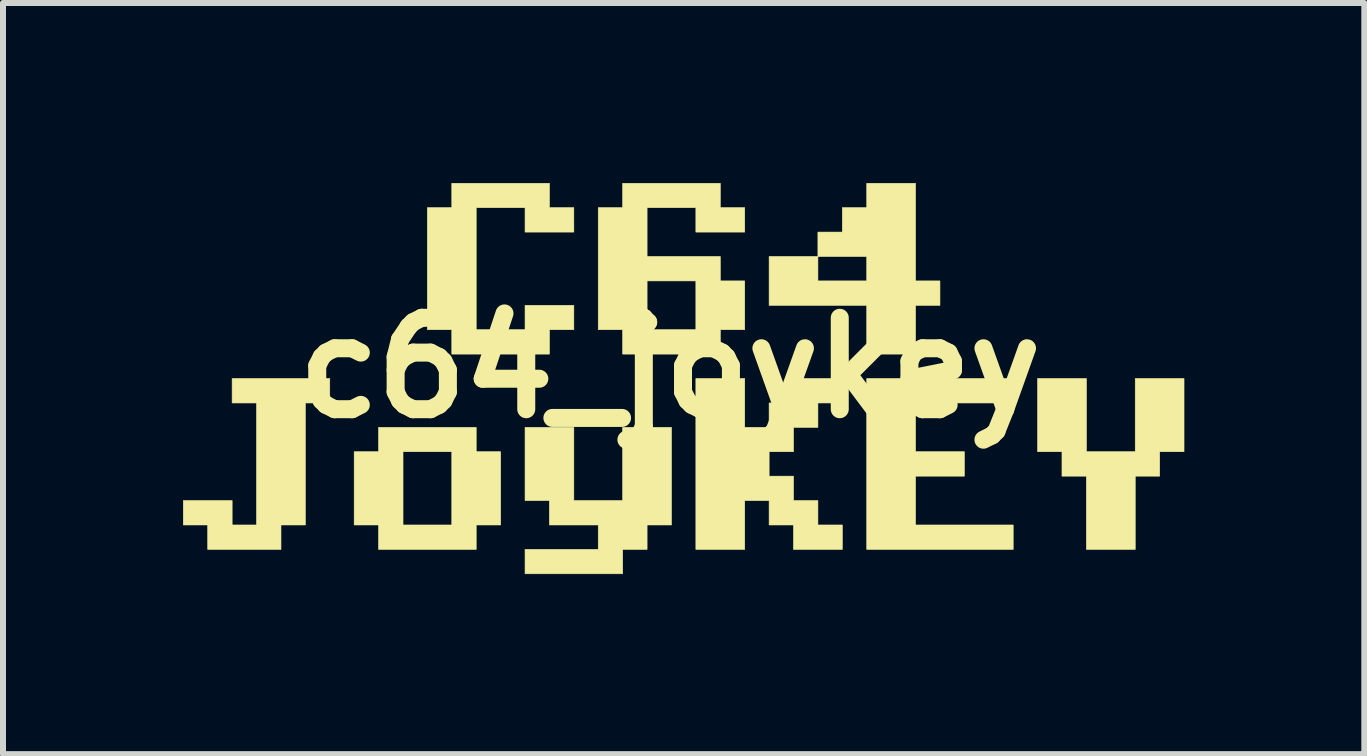
<source format=kicad_pcb>
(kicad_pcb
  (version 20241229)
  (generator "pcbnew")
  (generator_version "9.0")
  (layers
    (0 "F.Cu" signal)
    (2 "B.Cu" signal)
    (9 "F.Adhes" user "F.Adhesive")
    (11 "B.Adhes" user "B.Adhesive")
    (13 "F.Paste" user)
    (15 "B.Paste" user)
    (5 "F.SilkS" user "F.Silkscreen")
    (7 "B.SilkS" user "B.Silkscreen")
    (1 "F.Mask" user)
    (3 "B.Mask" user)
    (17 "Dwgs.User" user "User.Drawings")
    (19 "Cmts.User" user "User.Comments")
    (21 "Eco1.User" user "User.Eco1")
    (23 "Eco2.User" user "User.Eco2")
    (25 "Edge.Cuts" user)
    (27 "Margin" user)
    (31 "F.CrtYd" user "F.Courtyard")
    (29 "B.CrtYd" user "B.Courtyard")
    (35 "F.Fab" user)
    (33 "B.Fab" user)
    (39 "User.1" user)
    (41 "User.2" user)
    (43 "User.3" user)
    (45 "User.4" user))
  (footprint "c64_joykey"
    (layer "F.Cu")
    (at 8.116 3.081)
    (property "Reference" "c64_joykey" (at 0 0 0) (layer "F.SilkS") (effects (font (size 1.524 1.524) (thickness 0.3))))
    (attr through_hole)
    (fp_poly (pts (xy 5.721 0.585) (xy 4.093 0.585) (xy 4.093 1.398) (xy 4.907 1.398) (xy 4.907 1.805) (xy 4.093 1.805) (xy 4.093 2.619) (xy 5.721 2.619) (xy 5.721 3.026) (xy 3.28 3.026) (xy 3.28 0.178) (xy 5.721 0.178) (xy 5.721 0.585)) (stroke (width 0.01) (type solid)) (fill yes) (layer "F.SilkS"))
    (fp_poly (pts (xy -5.67 0.585) (xy -6.077 0.585) (xy -6.077 2.619) (xy -6.483 2.619) (xy -6.483 3.026) (xy -7.704 3.026) (xy -7.704 2.619) (xy -8.111 2.619) (xy -8.111 2.212) (xy -7.297 2.212) (xy -7.297 2.619) (xy -6.89 2.619) (xy -6.89 0.585) (xy -7.297 0.585) (xy -7.297 0.178) (xy -5.67 0.178) (xy -5.67 0.585)) (stroke (width 0.01) (type solid)) (fill yes) (layer "F.SilkS"))
    (fp_poly (pts (xy 6.941 1.398) (xy 7.755 1.398) (xy 7.755 0.178) (xy 8.568 0.178) (xy 8.568 1.398) (xy 8.162 1.398) (xy 8.162 1.805) (xy 7.755 1.805) (xy 7.755 3.026) (xy 6.941 3.026) (xy 6.941 1.805) (xy 6.534 1.805) (xy 6.534 1.398) (xy 6.128 1.398) (xy 6.128 0.178) (xy 6.941 0.178) (xy 6.941 1.398)) (stroke (width 0.01) (type solid)) (fill yes) (layer "F.SilkS"))
    (fp_poly (pts (xy -3.229 1.398) (xy -2.822 1.398) (xy -2.822 2.619) (xy -3.229 2.619) (xy -3.229 3.026) (xy -4.856 3.026) (xy -4.856 2.619) (xy -5.263 2.619) (xy -5.263 1.398) (xy -4.856 1.398) (xy -4.449 1.398) (xy -4.449 2.619) (xy -3.636 2.619) (xy -3.636 1.398) (xy -4.449 1.398) (xy -4.856 1.398) (xy -4.856 0.992) (xy -3.229 0.992) (xy -3.229 1.398)) (stroke (width 0.01) (type solid)) (fill yes) (layer "F.SilkS"))
    (fp_poly (pts (xy -1.602 2.212) (xy -0.788 2.212) (xy -0.788 0.992) (xy 0.025 0.992) (xy 0.025 2.619) (xy -0.381 2.619) (xy -0.381 3.026) (xy -0.788 3.026) (xy -0.788 3.432) (xy -2.415 3.432) (xy -2.415 3.026) (xy -1.195 3.026) (xy -1.195 2.619) (xy -2.009 2.619) (xy -2.009 2.212) (xy -2.415 2.212) (xy -2.415 0.992) (xy -1.602 0.992) (xy -1.602 2.212)) (stroke (width 0.01) (type solid)) (fill yes) (layer "F.SilkS"))
    (fp_poly (pts (xy -2.009 -2.67) (xy -1.602 -2.67) (xy -1.602 -2.263) (xy -2.415 -2.263) (xy -2.415 -2.67) (xy -3.229 -2.67) (xy -3.229 -0.636) (xy -2.415 -0.636) (xy -2.415 -1.042) (xy -1.602 -1.042) (xy -1.602 -0.636) (xy -2.009 -0.636) (xy -2.009 -0.229) (xy -3.636 -0.229) (xy -3.636 -0.636) (xy -4.043 -0.636) (xy -4.043 -2.67) (xy -3.636 -2.67) (xy -3.636 -3.076) (xy -2.009 -3.076) (xy -2.009 -2.67)) (stroke (width 0.01) (type solid)) (fill yes) (layer "F.SilkS"))
    (fp_poly (pts (xy 4.093 -1.449) (xy 4.5 -1.449) (xy 4.5 -1.042) (xy 4.093 -1.042) (xy 4.093 -0.229) (xy 3.28 -0.229) (xy 3.28 -1.042) (xy 1.653 -1.042) (xy 1.653 -1.856) (xy 2.466 -1.856) (xy 2.466 -1.449) (xy 3.28 -1.449) (xy 3.28 -1.856) (xy 2.466 -1.856) (xy 2.466 -2.263) (xy 2.873 -2.263) (xy 2.873 -2.67) (xy 3.28 -2.67) (xy 3.28 -3.076) (xy 4.093 -3.076) (xy 4.093 -1.449)) (stroke (width 0.01) (type solid)) (fill yes) (layer "F.SilkS"))
    (fp_poly (pts (xy 0.839 -2.67) (xy 1.246 -2.67) (xy 1.246 -2.263) (xy 0.432 -2.263) (xy 0.432 -2.67) (xy -0.381 -2.67) (xy -0.381 -1.856) (xy 0.839 -1.856) (xy 0.839 -1.449) (xy 1.246 -1.449) (xy 1.246 -0.636) (xy 0.839 -0.636) (xy 0.839 -0.229) (xy -0.788 -0.229) (xy -0.788 -0.636) (xy -1.195 -0.636) (xy -1.195 -1.449) (xy -0.381 -1.449) (xy -0.381 -0.636) (xy 0.432 -0.636) (xy 0.432 -1.449) (xy -0.381 -1.449) (xy -1.195 -1.449) (xy -1.195 -2.67) (xy -0.788 -2.67) (xy -0.788 -3.076) (xy 0.839 -3.076) (xy 0.839 -2.67)) (stroke (width 0.01) (type solid)) (fill yes) (layer "F.SilkS"))
    (fp_poly (pts (xy 1.246 0.992) (xy 1.653 0.992) (xy 1.653 0.585) (xy 2.059 0.585) (xy 2.059 0.178) (xy 2.873 0.178) (xy 2.873 0.585) (xy 2.466 0.585) (xy 2.466 0.992) (xy 2.059 0.992) (xy 2.059 1.398) (xy 1.653 1.398) (xy 1.653 1.805) (xy 2.059 1.805) (xy 2.059 2.212) (xy 2.466 2.212) (xy 2.466 2.619) (xy 2.873 2.619) (xy 2.873 3.026) (xy 2.059 3.026) (xy 2.059 2.619) (xy 1.653 2.619) (xy 1.653 2.212) (xy 1.246 2.212) (xy 1.246 3.026) (xy 0.432 3.026) (xy 0.432 0.178) (xy 1.246 0.178) (xy 1.246 0.992)) (stroke (width 0.01) (type solid)) (fill yes) (layer "F.SilkS")))
  (gr_rect
    (start -3 -3)
    (end 19.689 9.519)
    (stroke (width 0.1) (type default))
    (fill no)
    (layer "Edge.Cuts")))
</source>
